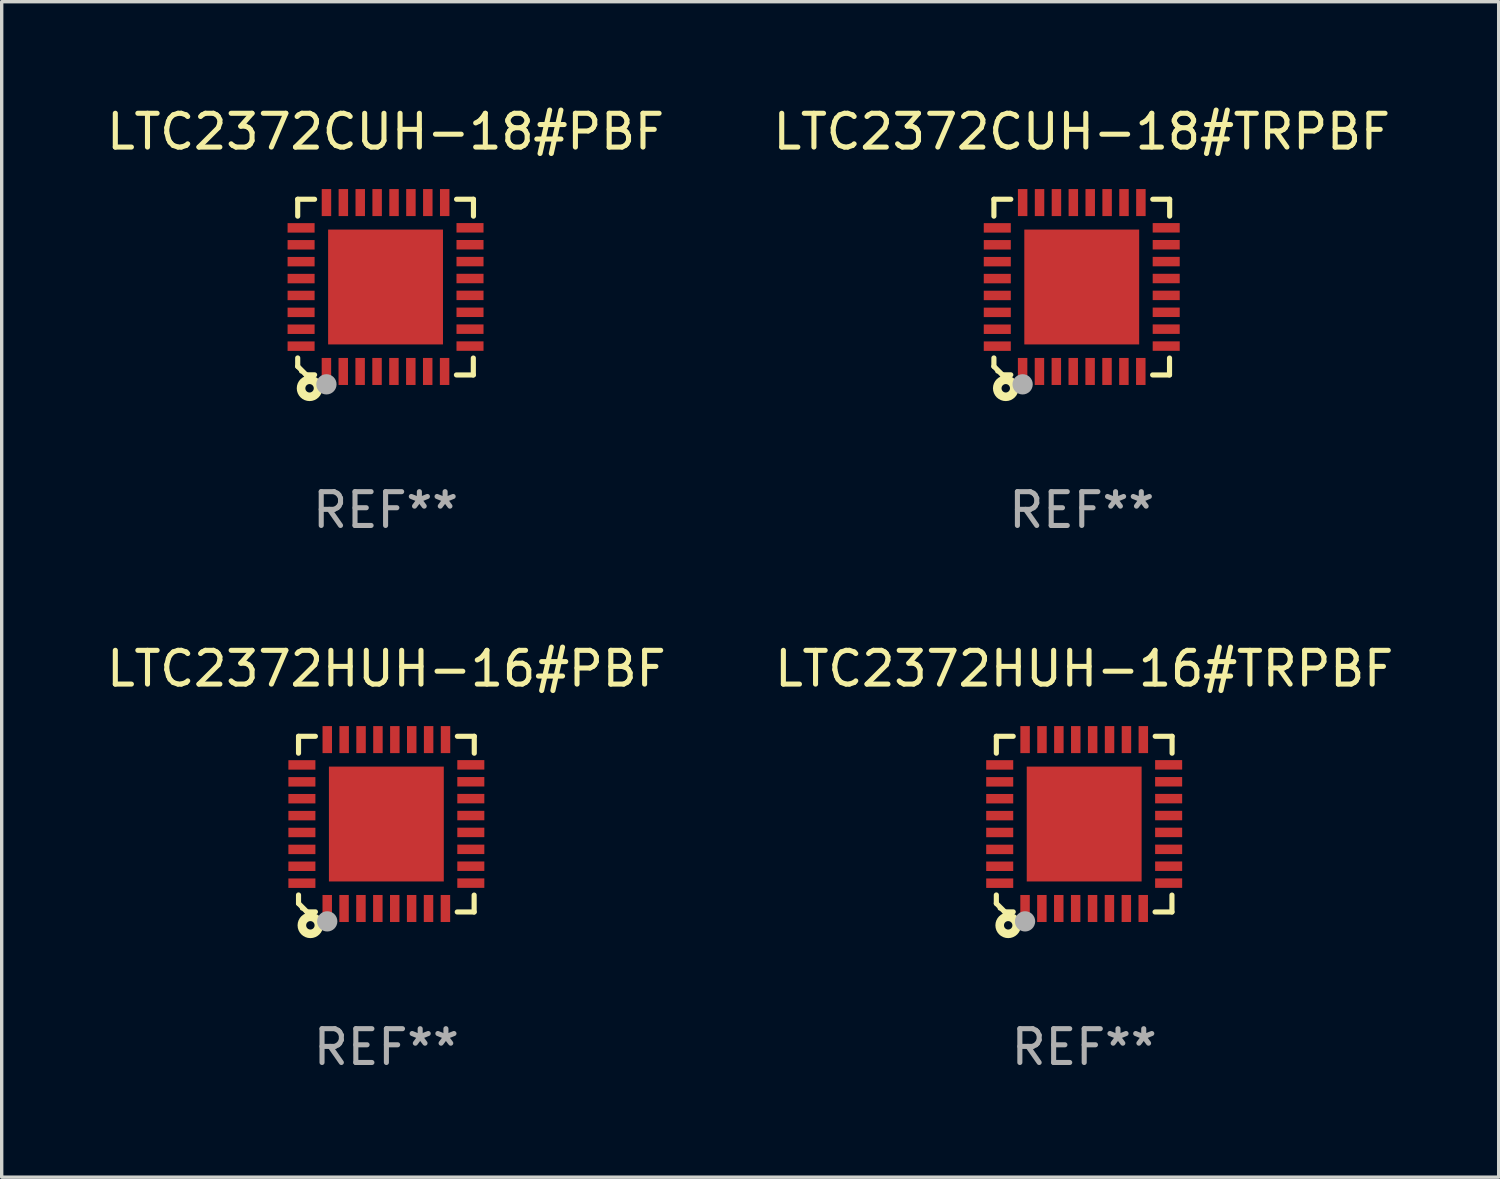
<source format=kicad_pcb>
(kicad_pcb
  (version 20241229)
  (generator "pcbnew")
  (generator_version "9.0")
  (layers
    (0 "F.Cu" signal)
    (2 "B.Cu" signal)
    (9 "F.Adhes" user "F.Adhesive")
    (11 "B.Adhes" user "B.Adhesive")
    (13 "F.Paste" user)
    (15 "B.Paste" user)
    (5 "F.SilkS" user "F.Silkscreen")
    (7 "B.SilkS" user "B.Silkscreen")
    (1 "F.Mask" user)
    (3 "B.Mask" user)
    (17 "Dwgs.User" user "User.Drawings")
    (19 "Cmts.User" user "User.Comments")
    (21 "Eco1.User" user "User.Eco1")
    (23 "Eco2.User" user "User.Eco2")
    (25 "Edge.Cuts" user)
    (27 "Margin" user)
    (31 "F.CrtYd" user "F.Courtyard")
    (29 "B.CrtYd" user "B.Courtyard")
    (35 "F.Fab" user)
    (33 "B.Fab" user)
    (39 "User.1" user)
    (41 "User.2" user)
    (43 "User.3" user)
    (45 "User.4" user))
  (footprint "LTC2372CUH-18#PBF"
    (layer "F.Cu")
    (at 8.363 5.448)
    (property "Reference" "LTC2372CUH-18#PBF" (at 0 -4.6 0) (layer "F.SilkS") (effects (font (size 1 1) (thickness 0.15))))
    (attr through_hole)
    (fp_line (start -2.601 2.097) (end -2.601 2.347) (stroke (width 0.152) (type solid)) (layer "F.SilkS"))
    (fp_line (start -2.601 2.347) (end -2.351 2.597) (stroke (width 0.152) (type solid)) (layer "F.SilkS"))
    (fp_line (start -2.601 -2.6) (end -2.601 -2.1) (stroke (width 0.152) (type solid)) (layer "F.SilkS"))
    (fp_line (start -2.601 -2.6) (end -2.101 -2.6) (stroke (width 0.152) (type solid)) (layer "F.SilkS"))
    (fp_line (start -2.351 2.597) (end -2.101 2.597) (stroke (width 0.152) (type solid)) (layer "F.SilkS"))
    (fp_line (start 2.597 2.6) (end 2.097 2.6) (stroke (width 0.152) (type solid)) (layer "F.SilkS"))
    (fp_line (start 2.597 2.6) (end 2.597 2.1) (stroke (width 0.152) (type solid)) (layer "F.SilkS"))
    (fp_line (start 2.601 -2.6) (end 2.101 -2.6) (stroke (width 0.152) (type solid)) (layer "F.SilkS"))
    (fp_line (start 2.601 -2.6) (end 2.601 -2.1) (stroke (width 0.152) (type solid)) (layer "F.SilkS"))
    (fp_circle (center -2.501 2.497) (end -2.471 2.497) (stroke (width 0.06) (type solid)) (fill no) (layer "F.SilkS"))
    (fp_circle (center -2.25 2.995) (end -2.125 2.995) (stroke (width 0.254) (type solid)) (fill no) (layer "F.SilkS"))
    (fp_circle (center -1.751 2.878) (end -1.601 2.878) (stroke (width 0.3) (type solid)) (fill no) (layer "F.Fab"))
    (fp_text user "REF**" (at 0 6.6 0) (layer "F.Fab") (effects (font (size 1 1) (thickness 0.15))))
    (pad "1" smd rect (at -1.751 2.497) (size 0.28 0.8) (layers "F.Cu" "F.Mask" "F.Paste"))
    (pad "2" smd rect (at -1.253 2.497) (size 0.28 0.8) (layers "F.Cu" "F.Mask" "F.Paste"))
    (pad "3" smd rect (at -0.753 2.497) (size 0.28 0.8) (layers "F.Cu" "F.Mask" "F.Paste"))
    (pad "4" smd rect (at -0.253 2.497) (size 0.28 0.8) (layers "F.Cu" "F.Mask" "F.Paste"))
    (pad "5" smd rect (at 0.247 2.497) (size 0.28 0.8) (layers "F.Cu" "F.Mask" "F.Paste"))
    (pad "6" smd rect (at 0.747 2.497) (size 0.28 0.8) (layers "F.Cu" "F.Mask" "F.Paste"))
    (pad "7" smd rect (at 1.247 2.497) (size 0.28 0.8) (layers "F.Cu" "F.Mask" "F.Paste"))
    (pad "8" smd rect (at 1.747 2.497) (size 0.28 0.8) (layers "F.Cu" "F.Mask" "F.Paste"))
    (pad "9" smd rect (at 2.499 1.746) (size 0.8 0.28) (layers "F.Cu" "F.Mask" "F.Paste"))
    (pad "10" smd rect (at 2.499 1.245) (size 0.8 0.28) (layers "F.Cu" "F.Mask" "F.Paste"))
    (pad "11" smd rect (at 2.499 0.746) (size 0.8 0.28) (layers "F.Cu" "F.Mask" "F.Paste"))
    (pad "12" smd rect (at 2.499 0.245) (size 0.8 0.28) (layers "F.Cu" "F.Mask" "F.Paste"))
    (pad "13" smd rect (at 2.499 -0.254) (size 0.8 0.28) (layers "F.Cu" "F.Mask" "F.Paste"))
    (pad "14" smd rect (at 2.499 -0.755) (size 0.8 0.28) (layers "F.Cu" "F.Mask" "F.Paste"))
    (pad "15" smd rect (at 2.499 -1.254) (size 0.8 0.28) (layers "F.Cu" "F.Mask" "F.Paste"))
    (pad "16" smd rect (at 2.499 -1.755) (size 0.8 0.28) (layers "F.Cu" "F.Mask" "F.Paste"))
    (pad "17" smd rect (at 1.75 -2.502) (size 0.28 0.8) (layers "F.Cu" "F.Mask" "F.Paste"))
    (pad "18" smd rect (at 1.25 -2.502) (size 0.28 0.8) (layers "F.Cu" "F.Mask" "F.Paste"))
    (pad "19" smd rect (at 0.75 -2.502) (size 0.28 0.8) (layers "F.Cu" "F.Mask" "F.Paste"))
    (pad "20" smd rect (at 0.25 -2.502) (size 0.28 0.8) (layers "F.Cu" "F.Mask" "F.Paste"))
    (pad "21" smd rect (at -0.25 -2.502) (size 0.28 0.8) (layers "F.Cu" "F.Mask" "F.Paste"))
    (pad "22" smd rect (at -0.75 -2.502) (size 0.28 0.8) (layers "F.Cu" "F.Mask" "F.Paste"))
    (pad "23" smd rect (at -1.25 -2.502) (size 0.28 0.8) (layers "F.Cu" "F.Mask" "F.Paste"))
    (pad "24" smd rect (at -1.75 -2.502) (size 0.28 0.8) (layers "F.Cu" "F.Mask" "F.Paste"))
    (pad "25" smd rect (at -2.501 -1.753) (size 0.8 0.28) (layers "F.Cu" "F.Mask" "F.Paste"))
    (pad "26" smd rect (at -2.501 -1.252) (size 0.8 0.28) (layers "F.Cu" "F.Mask" "F.Paste"))
    (pad "27" smd rect (at -2.501 -0.753) (size 0.8 0.28) (layers "F.Cu" "F.Mask" "F.Paste"))
    (pad "28" smd rect (at -2.501 -0.252) (size 0.8 0.28) (layers "F.Cu" "F.Mask" "F.Paste"))
    (pad "29" smd rect (at -2.501 0.247) (size 0.8 0.28) (layers "F.Cu" "F.Mask" "F.Paste"))
    (pad "30" smd rect (at -2.501 0.748) (size 0.8 0.28) (layers "F.Cu" "F.Mask" "F.Paste"))
    (pad "31" smd rect (at -2.501 1.247) (size 0.8 0.28) (layers "F.Cu" "F.Mask" "F.Paste"))
    (pad "32" smd rect (at -2.501 1.748) (size 0.8 0.28) (layers "F.Cu" "F.Mask" "F.Paste"))
    (pad "33" smd rect (at -0.001 -0.003 180) (size 3.4 3.4) (layers "F.Cu" "F.Mask" "F.Paste")))
  (footprint "LTC2372HUH-16#TRPBF"
    (layer "F.Cu")
    (at 29.042 21.344)
    (property "Reference" "LTC2372HUH-16#TRPBF" (at 0 -4.6 0) (layer "F.SilkS") (effects (font (size 1 1) (thickness 0.15))))
    (attr through_hole)
    (fp_line (start -2.601 2.097) (end -2.601 2.347) (stroke (width 0.152) (type solid)) (layer "F.SilkS"))
    (fp_line (start -2.601 2.347) (end -2.351 2.597) (stroke (width 0.152) (type solid)) (layer "F.SilkS"))
    (fp_line (start -2.601 -2.6) (end -2.601 -2.1) (stroke (width 0.152) (type solid)) (layer "F.SilkS"))
    (fp_line (start -2.601 -2.6) (end -2.101 -2.6) (stroke (width 0.152) (type solid)) (layer "F.SilkS"))
    (fp_line (start -2.351 2.597) (end -2.101 2.597) (stroke (width 0.152) (type solid)) (layer "F.SilkS"))
    (fp_line (start 2.597 2.6) (end 2.097 2.6) (stroke (width 0.152) (type solid)) (layer "F.SilkS"))
    (fp_line (start 2.597 2.6) (end 2.597 2.1) (stroke (width 0.152) (type solid)) (layer "F.SilkS"))
    (fp_line (start 2.601 -2.6) (end 2.101 -2.6) (stroke (width 0.152) (type solid)) (layer "F.SilkS"))
    (fp_line (start 2.601 -2.6) (end 2.601 -2.1) (stroke (width 0.152) (type solid)) (layer "F.SilkS"))
    (fp_circle (center -2.501 2.497) (end -2.471 2.497) (stroke (width 0.06) (type solid)) (fill no) (layer "F.SilkS"))
    (fp_circle (center -2.25 2.995) (end -2.125 2.995) (stroke (width 0.254) (type solid)) (fill no) (layer "F.SilkS"))
    (fp_circle (center -1.751 2.878) (end -1.601 2.878) (stroke (width 0.3) (type solid)) (fill no) (layer "F.Fab"))
    (fp_text user "REF**" (at 0 6.6 0) (layer "F.Fab") (effects (font (size 1 1) (thickness 0.15))))
    (pad "1" smd rect (at -1.751 2.497) (size 0.28 0.8) (layers "F.Cu" "F.Mask" "F.Paste"))
    (pad "2" smd rect (at -1.253 2.497) (size 0.28 0.8) (layers "F.Cu" "F.Mask" "F.Paste"))
    (pad "3" smd rect (at -0.753 2.497) (size 0.28 0.8) (layers "F.Cu" "F.Mask" "F.Paste"))
    (pad "4" smd rect (at -0.253 2.497) (size 0.28 0.8) (layers "F.Cu" "F.Mask" "F.Paste"))
    (pad "5" smd rect (at 0.247 2.497) (size 0.28 0.8) (layers "F.Cu" "F.Mask" "F.Paste"))
    (pad "6" smd rect (at 0.747 2.497) (size 0.28 0.8) (layers "F.Cu" "F.Mask" "F.Paste"))
    (pad "7" smd rect (at 1.247 2.497) (size 0.28 0.8) (layers "F.Cu" "F.Mask" "F.Paste"))
    (pad "8" smd rect (at 1.747 2.497) (size 0.28 0.8) (layers "F.Cu" "F.Mask" "F.Paste"))
    (pad "9" smd rect (at 2.499 1.746) (size 0.8 0.28) (layers "F.Cu" "F.Mask" "F.Paste"))
    (pad "10" smd rect (at 2.499 1.245) (size 0.8 0.28) (layers "F.Cu" "F.Mask" "F.Paste"))
    (pad "11" smd rect (at 2.499 0.746) (size 0.8 0.28) (layers "F.Cu" "F.Mask" "F.Paste"))
    (pad "12" smd rect (at 2.499 0.245) (size 0.8 0.28) (layers "F.Cu" "F.Mask" "F.Paste"))
    (pad "13" smd rect (at 2.499 -0.254) (size 0.8 0.28) (layers "F.Cu" "F.Mask" "F.Paste"))
    (pad "14" smd rect (at 2.499 -0.755) (size 0.8 0.28) (layers "F.Cu" "F.Mask" "F.Paste"))
    (pad "15" smd rect (at 2.499 -1.254) (size 0.8 0.28) (layers "F.Cu" "F.Mask" "F.Paste"))
    (pad "16" smd rect (at 2.499 -1.755) (size 0.8 0.28) (layers "F.Cu" "F.Mask" "F.Paste"))
    (pad "17" smd rect (at 1.75 -2.502) (size 0.28 0.8) (layers "F.Cu" "F.Mask" "F.Paste"))
    (pad "18" smd rect (at 1.25 -2.502) (size 0.28 0.8) (layers "F.Cu" "F.Mask" "F.Paste"))
    (pad "19" smd rect (at 0.75 -2.502) (size 0.28 0.8) (layers "F.Cu" "F.Mask" "F.Paste"))
    (pad "20" smd rect (at 0.25 -2.502) (size 0.28 0.8) (layers "F.Cu" "F.Mask" "F.Paste"))
    (pad "21" smd rect (at -0.25 -2.502) (size 0.28 0.8) (layers "F.Cu" "F.Mask" "F.Paste"))
    (pad "22" smd rect (at -0.75 -2.502) (size 0.28 0.8) (layers "F.Cu" "F.Mask" "F.Paste"))
    (pad "23" smd rect (at -1.25 -2.502) (size 0.28 0.8) (layers "F.Cu" "F.Mask" "F.Paste"))
    (pad "24" smd rect (at -1.75 -2.502) (size 0.28 0.8) (layers "F.Cu" "F.Mask" "F.Paste"))
    (pad "25" smd rect (at -2.501 -1.753) (size 0.8 0.28) (layers "F.Cu" "F.Mask" "F.Paste"))
    (pad "26" smd rect (at -2.501 -1.252) (size 0.8 0.28) (layers "F.Cu" "F.Mask" "F.Paste"))
    (pad "27" smd rect (at -2.501 -0.753) (size 0.8 0.28) (layers "F.Cu" "F.Mask" "F.Paste"))
    (pad "28" smd rect (at -2.501 -0.252) (size 0.8 0.28) (layers "F.Cu" "F.Mask" "F.Paste"))
    (pad "29" smd rect (at -2.501 0.247) (size 0.8 0.28) (layers "F.Cu" "F.Mask" "F.Paste"))
    (pad "30" smd rect (at -2.501 0.748) (size 0.8 0.28) (layers "F.Cu" "F.Mask" "F.Paste"))
    (pad "31" smd rect (at -2.501 1.247) (size 0.8 0.28) (layers "F.Cu" "F.Mask" "F.Paste"))
    (pad "32" smd rect (at -2.501 1.748) (size 0.8 0.28) (layers "F.Cu" "F.Mask" "F.Paste"))
    (pad "33" smd rect (at -0.001 -0.003 180) (size 3.4 3.4) (layers "F.Cu" "F.Mask" "F.Paste")))
  (footprint "LTC2372CUH-18#TRPBF"
    (layer "F.Cu")
    (at 28.97 5.448)
    (property "Reference" "LTC2372CUH-18#TRPBF" (at 0 -4.6 0) (layer "F.SilkS") (effects (font (size 1 1) (thickness 0.15))))
    (attr through_hole)
    (fp_line (start -2.601 2.097) (end -2.601 2.347) (stroke (width 0.152) (type solid)) (layer "F.SilkS"))
    (fp_line (start -2.601 2.347) (end -2.351 2.597) (stroke (width 0.152) (type solid)) (layer "F.SilkS"))
    (fp_line (start -2.601 -2.6) (end -2.601 -2.1) (stroke (width 0.152) (type solid)) (layer "F.SilkS"))
    (fp_line (start -2.601 -2.6) (end -2.101 -2.6) (stroke (width 0.152) (type solid)) (layer "F.SilkS"))
    (fp_line (start -2.351 2.597) (end -2.101 2.597) (stroke (width 0.152) (type solid)) (layer "F.SilkS"))
    (fp_line (start 2.597 2.6) (end 2.097 2.6) (stroke (width 0.152) (type solid)) (layer "F.SilkS"))
    (fp_line (start 2.597 2.6) (end 2.597 2.1) (stroke (width 0.152) (type solid)) (layer "F.SilkS"))
    (fp_line (start 2.601 -2.6) (end 2.101 -2.6) (stroke (width 0.152) (type solid)) (layer "F.SilkS"))
    (fp_line (start 2.601 -2.6) (end 2.601 -2.1) (stroke (width 0.152) (type solid)) (layer "F.SilkS"))
    (fp_circle (center -2.501 2.497) (end -2.471 2.497) (stroke (width 0.06) (type solid)) (fill no) (layer "F.SilkS"))
    (fp_circle (center -2.25 2.995) (end -2.125 2.995) (stroke (width 0.254) (type solid)) (fill no) (layer "F.SilkS"))
    (fp_circle (center -1.751 2.878) (end -1.601 2.878) (stroke (width 0.3) (type solid)) (fill no) (layer "F.Fab"))
    (fp_text user "REF**" (at 0 6.6 0) (layer "F.Fab") (effects (font (size 1 1) (thickness 0.15))))
    (pad "1" smd rect (at -1.751 2.497) (size 0.28 0.8) (layers "F.Cu" "F.Mask" "F.Paste"))
    (pad "2" smd rect (at -1.253 2.497) (size 0.28 0.8) (layers "F.Cu" "F.Mask" "F.Paste"))
    (pad "3" smd rect (at -0.753 2.497) (size 0.28 0.8) (layers "F.Cu" "F.Mask" "F.Paste"))
    (pad "4" smd rect (at -0.253 2.497) (size 0.28 0.8) (layers "F.Cu" "F.Mask" "F.Paste"))
    (pad "5" smd rect (at 0.247 2.497) (size 0.28 0.8) (layers "F.Cu" "F.Mask" "F.Paste"))
    (pad "6" smd rect (at 0.747 2.497) (size 0.28 0.8) (layers "F.Cu" "F.Mask" "F.Paste"))
    (pad "7" smd rect (at 1.247 2.497) (size 0.28 0.8) (layers "F.Cu" "F.Mask" "F.Paste"))
    (pad "8" smd rect (at 1.747 2.497) (size 0.28 0.8) (layers "F.Cu" "F.Mask" "F.Paste"))
    (pad "9" smd rect (at 2.499 1.746) (size 0.8 0.28) (layers "F.Cu" "F.Mask" "F.Paste"))
    (pad "10" smd rect (at 2.499 1.245) (size 0.8 0.28) (layers "F.Cu" "F.Mask" "F.Paste"))
    (pad "11" smd rect (at 2.499 0.746) (size 0.8 0.28) (layers "F.Cu" "F.Mask" "F.Paste"))
    (pad "12" smd rect (at 2.499 0.245) (size 0.8 0.28) (layers "F.Cu" "F.Mask" "F.Paste"))
    (pad "13" smd rect (at 2.499 -0.254) (size 0.8 0.28) (layers "F.Cu" "F.Mask" "F.Paste"))
    (pad "14" smd rect (at 2.499 -0.755) (size 0.8 0.28) (layers "F.Cu" "F.Mask" "F.Paste"))
    (pad "15" smd rect (at 2.499 -1.254) (size 0.8 0.28) (layers "F.Cu" "F.Mask" "F.Paste"))
    (pad "16" smd rect (at 2.499 -1.755) (size 0.8 0.28) (layers "F.Cu" "F.Mask" "F.Paste"))
    (pad "17" smd rect (at 1.75 -2.502) (size 0.28 0.8) (layers "F.Cu" "F.Mask" "F.Paste"))
    (pad "18" smd rect (at 1.25 -2.502) (size 0.28 0.8) (layers "F.Cu" "F.Mask" "F.Paste"))
    (pad "19" smd rect (at 0.75 -2.502) (size 0.28 0.8) (layers "F.Cu" "F.Mask" "F.Paste"))
    (pad "20" smd rect (at 0.25 -2.502) (size 0.28 0.8) (layers "F.Cu" "F.Mask" "F.Paste"))
    (pad "21" smd rect (at -0.25 -2.502) (size 0.28 0.8) (layers "F.Cu" "F.Mask" "F.Paste"))
    (pad "22" smd rect (at -0.75 -2.502) (size 0.28 0.8) (layers "F.Cu" "F.Mask" "F.Paste"))
    (pad "23" smd rect (at -1.25 -2.502) (size 0.28 0.8) (layers "F.Cu" "F.Mask" "F.Paste"))
    (pad "24" smd rect (at -1.75 -2.502) (size 0.28 0.8) (layers "F.Cu" "F.Mask" "F.Paste"))
    (pad "25" smd rect (at -2.501 -1.753) (size 0.8 0.28) (layers "F.Cu" "F.Mask" "F.Paste"))
    (pad "26" smd rect (at -2.501 -1.252) (size 0.8 0.28) (layers "F.Cu" "F.Mask" "F.Paste"))
    (pad "27" smd rect (at -2.501 -0.753) (size 0.8 0.28) (layers "F.Cu" "F.Mask" "F.Paste"))
    (pad "28" smd rect (at -2.501 -0.252) (size 0.8 0.28) (layers "F.Cu" "F.Mask" "F.Paste"))
    (pad "29" smd rect (at -2.501 0.247) (size 0.8 0.28) (layers "F.Cu" "F.Mask" "F.Paste"))
    (pad "30" smd rect (at -2.501 0.748) (size 0.8 0.28) (layers "F.Cu" "F.Mask" "F.Paste"))
    (pad "31" smd rect (at -2.501 1.247) (size 0.8 0.28) (layers "F.Cu" "F.Mask" "F.Paste"))
    (pad "32" smd rect (at -2.501 1.748) (size 0.8 0.28) (layers "F.Cu" "F.Mask" "F.Paste"))
    (pad "33" smd rect (at -0.001 -0.003 180) (size 3.4 3.4) (layers "F.Cu" "F.Mask" "F.Paste")))
  (footprint "LTC2372HUH-16#PBF"
    (layer "F.Cu")
    (at 8.387 21.344)
    (property "Reference" "LTC2372HUH-16#PBF" (at 0 -4.6 0) (layer "F.SilkS") (effects (font (size 1 1) (thickness 0.15))))
    (attr through_hole)
    (fp_line (start -2.601 2.097) (end -2.601 2.347) (stroke (width 0.152) (type solid)) (layer "F.SilkS"))
    (fp_line (start -2.601 2.347) (end -2.351 2.597) (stroke (width 0.152) (type solid)) (layer "F.SilkS"))
    (fp_line (start -2.601 -2.6) (end -2.601 -2.1) (stroke (width 0.152) (type solid)) (layer "F.SilkS"))
    (fp_line (start -2.601 -2.6) (end -2.101 -2.6) (stroke (width 0.152) (type solid)) (layer "F.SilkS"))
    (fp_line (start -2.351 2.597) (end -2.101 2.597) (stroke (width 0.152) (type solid)) (layer "F.SilkS"))
    (fp_line (start 2.597 2.6) (end 2.097 2.6) (stroke (width 0.152) (type solid)) (layer "F.SilkS"))
    (fp_line (start 2.597 2.6) (end 2.597 2.1) (stroke (width 0.152) (type solid)) (layer "F.SilkS"))
    (fp_line (start 2.601 -2.6) (end 2.101 -2.6) (stroke (width 0.152) (type solid)) (layer "F.SilkS"))
    (fp_line (start 2.601 -2.6) (end 2.601 -2.1) (stroke (width 0.152) (type solid)) (layer "F.SilkS"))
    (fp_circle (center -2.501 2.497) (end -2.471 2.497) (stroke (width 0.06) (type solid)) (fill no) (layer "F.SilkS"))
    (fp_circle (center -2.25 2.995) (end -2.125 2.995) (stroke (width 0.254) (type solid)) (fill no) (layer "F.SilkS"))
    (fp_circle (center -1.751 2.878) (end -1.601 2.878) (stroke (width 0.3) (type solid)) (fill no) (layer "F.Fab"))
    (fp_text user "REF**" (at 0 6.6 0) (layer "F.Fab") (effects (font (size 1 1) (thickness 0.15))))
    (pad "1" smd rect (at -1.751 2.497) (size 0.28 0.8) (layers "F.Cu" "F.Mask" "F.Paste"))
    (pad "2" smd rect (at -1.253 2.497) (size 0.28 0.8) (layers "F.Cu" "F.Mask" "F.Paste"))
    (pad "3" smd rect (at -0.753 2.497) (size 0.28 0.8) (layers "F.Cu" "F.Mask" "F.Paste"))
    (pad "4" smd rect (at -0.253 2.497) (size 0.28 0.8) (layers "F.Cu" "F.Mask" "F.Paste"))
    (pad "5" smd rect (at 0.247 2.497) (size 0.28 0.8) (layers "F.Cu" "F.Mask" "F.Paste"))
    (pad "6" smd rect (at 0.747 2.497) (size 0.28 0.8) (layers "F.Cu" "F.Mask" "F.Paste"))
    (pad "7" smd rect (at 1.247 2.497) (size 0.28 0.8) (layers "F.Cu" "F.Mask" "F.Paste"))
    (pad "8" smd rect (at 1.747 2.497) (size 0.28 0.8) (layers "F.Cu" "F.Mask" "F.Paste"))
    (pad "9" smd rect (at 2.499 1.746) (size 0.8 0.28) (layers "F.Cu" "F.Mask" "F.Paste"))
    (pad "10" smd rect (at 2.499 1.245) (size 0.8 0.28) (layers "F.Cu" "F.Mask" "F.Paste"))
    (pad "11" smd rect (at 2.499 0.746) (size 0.8 0.28) (layers "F.Cu" "F.Mask" "F.Paste"))
    (pad "12" smd rect (at 2.499 0.245) (size 0.8 0.28) (layers "F.Cu" "F.Mask" "F.Paste"))
    (pad "13" smd rect (at 2.499 -0.254) (size 0.8 0.28) (layers "F.Cu" "F.Mask" "F.Paste"))
    (pad "14" smd rect (at 2.499 -0.755) (size 0.8 0.28) (layers "F.Cu" "F.Mask" "F.Paste"))
    (pad "15" smd rect (at 2.499 -1.254) (size 0.8 0.28) (layers "F.Cu" "F.Mask" "F.Paste"))
    (pad "16" smd rect (at 2.499 -1.755) (size 0.8 0.28) (layers "F.Cu" "F.Mask" "F.Paste"))
    (pad "17" smd rect (at 1.75 -2.502) (size 0.28 0.8) (layers "F.Cu" "F.Mask" "F.Paste"))
    (pad "18" smd rect (at 1.25 -2.502) (size 0.28 0.8) (layers "F.Cu" "F.Mask" "F.Paste"))
    (pad "19" smd rect (at 0.75 -2.502) (size 0.28 0.8) (layers "F.Cu" "F.Mask" "F.Paste"))
    (pad "20" smd rect (at 0.25 -2.502) (size 0.28 0.8) (layers "F.Cu" "F.Mask" "F.Paste"))
    (pad "21" smd rect (at -0.25 -2.502) (size 0.28 0.8) (layers "F.Cu" "F.Mask" "F.Paste"))
    (pad "22" smd rect (at -0.75 -2.502) (size 0.28 0.8) (layers "F.Cu" "F.Mask" "F.Paste"))
    (pad "23" smd rect (at -1.25 -2.502) (size 0.28 0.8) (layers "F.Cu" "F.Mask" "F.Paste"))
    (pad "24" smd rect (at -1.75 -2.502) (size 0.28 0.8) (layers "F.Cu" "F.Mask" "F.Paste"))
    (pad "25" smd rect (at -2.501 -1.753) (size 0.8 0.28) (layers "F.Cu" "F.Mask" "F.Paste"))
    (pad "26" smd rect (at -2.501 -1.252) (size 0.8 0.28) (layers "F.Cu" "F.Mask" "F.Paste"))
    (pad "27" smd rect (at -2.501 -0.753) (size 0.8 0.28) (layers "F.Cu" "F.Mask" "F.Paste"))
    (pad "28" smd rect (at -2.501 -0.252) (size 0.8 0.28) (layers "F.Cu" "F.Mask" "F.Paste"))
    (pad "29" smd rect (at -2.501 0.247) (size 0.8 0.28) (layers "F.Cu" "F.Mask" "F.Paste"))
    (pad "30" smd rect (at -2.501 0.748) (size 0.8 0.28) (layers "F.Cu" "F.Mask" "F.Paste"))
    (pad "31" smd rect (at -2.501 1.247) (size 0.8 0.28) (layers "F.Cu" "F.Mask" "F.Paste"))
    (pad "32" smd rect (at -2.501 1.748) (size 0.8 0.28) (layers "F.Cu" "F.Mask" "F.Paste"))
    (pad "33" smd rect (at -0.001 -0.003 180) (size 3.4 3.4) (layers "F.Cu" "F.Mask" "F.Paste")))
  (gr_rect
    (start -3 -3)
    (end 41.31 31.793)
    (stroke (width 0.1) (type default))
    (fill no)
    (layer "Edge.Cuts")))
</source>
